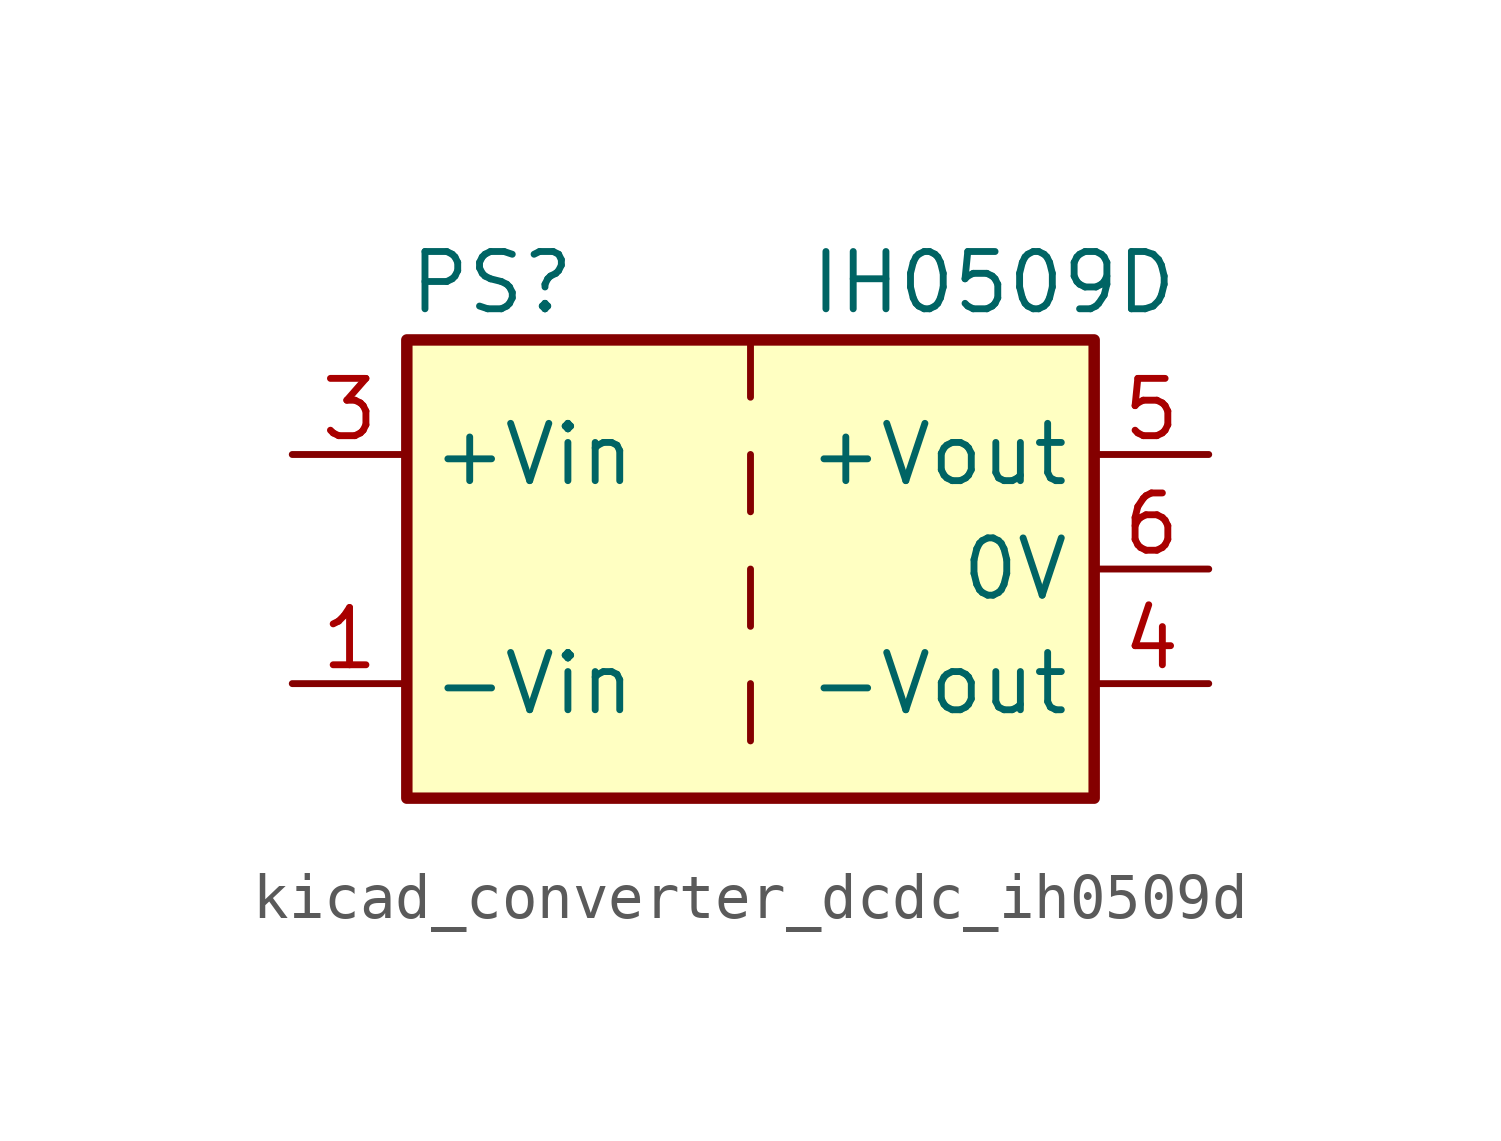
<source format=kicad_sym>
(kicad_symbol_lib
  (version 20220914)
  (generator kicad_symbol_editor)
  (symbol "kicad_converter_dcdc_ih0509d"
    (property "Reference" "PS"
      (at -7.62 6.35 0)
      (effects (font (size 1.27 1.27)) (justify left)))
    (property "Value" "IH0509D"
      (at 1.27 6.35 0)
      (effects (font (size 1.27 1.27)) (justify left)))
    (symbol "kicad_converter_dcdc_ih0509d_0_0"
      (pin power_in line (at -10.16 -2.54 0) (length 2.54) (name "-Vin" (effects (font (size 1.27 1.27)))) (number "1" (effects (font (size 1.27 1.27)))))
      (pin power_in line (at -10.16 2.54 0) (length 2.54) (name "+Vin" (effects (font (size 1.27 1.27)))) (number "3" (effects (font (size 1.27 1.27)))))
      (pin power_out line (at 10.16 -2.54 180) (length 2.54) (name "-Vout" (effects (font (size 1.27 1.27)))) (number "4" (effects (font (size 1.27 1.27)))))
      (pin power_out line (at 10.16 2.54 180) (length 2.54) (name "+Vout" (effects (font (size 1.27 1.27)))) (number "5" (effects (font (size 1.27 1.27)))))
      (pin power_out line (at 10.16 0 180) (length 2.54) (name "0V" (effects (font (size 1.27 1.27)))) (number "6" (effects (font (size 1.27 1.27))))))
    (symbol "kicad_converter_dcdc_ih0509d_0_1"
      (rectangle (start -7.62 5.08) (end 7.62 -5.08) (stroke (width 0.254) (type default)) (fill (type background)))
      (polyline (pts (xy 0 -2.54) (xy 0 -3.81)) (stroke (width 0) (type default)) (fill (type none)))
      (polyline (pts (xy 0 0) (xy 0 -1.27)) (stroke (width 0) (type default)) (fill (type none)))
      (polyline (pts (xy 0 2.54) (xy 0 1.27)) (stroke (width 0) (type default)) (fill (type none)))
      (polyline (pts (xy 0 5.08) (xy 0 3.81)) (stroke (width 0) (type default)) (fill (type none))))
    (symbol "kicad_converter_dcdc_ih0509d_1_1"
      (pin no_connect line (at 0 -5.08 90) (length 2.54) hide (name "NC" (effects (font (size 1.27 1.27)))) (number "2" (effects (font (size 1.27 1.27))))))))
</source>
